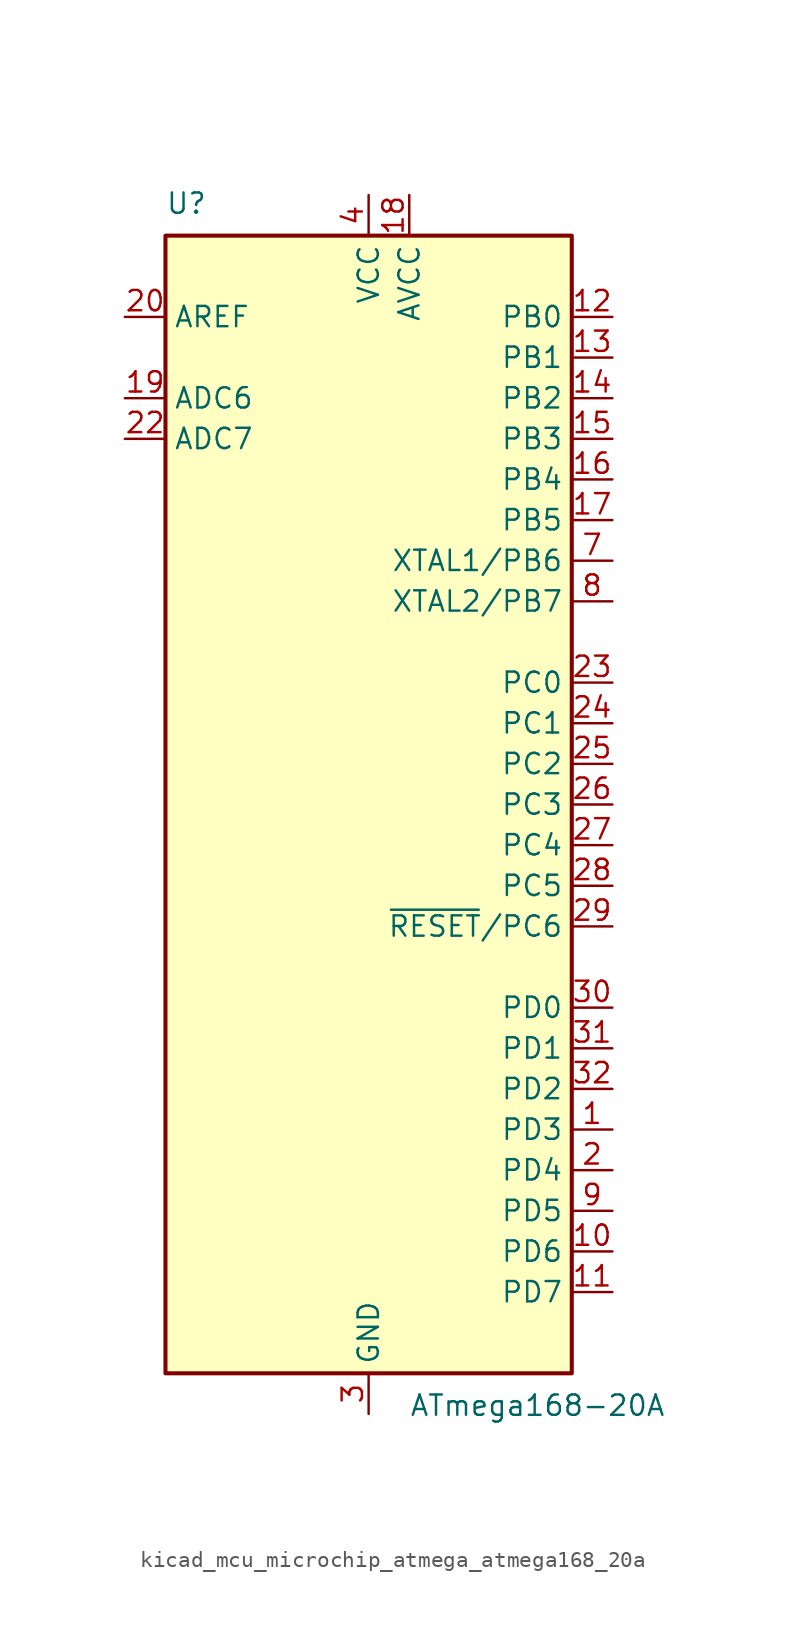
<source format=kicad_sym>
(kicad_symbol_lib
  (version 20220914)
  (generator kicad_symbol_editor)
  (symbol "kicad_mcu_microchip_atmega_atmega168_20a"
    (property "Reference" "U"
      (at -12.7 36.83 0)
      (effects (font (size 1.27 1.27)) (justify left bottom)))
    (property "Value" "ATmega168-20A"
      (at 2.54 -36.83 0)
      (effects (font (size 1.27 1.27)) (justify left top)))
    (symbol "kicad_mcu_microchip_atmega_atmega168_20a_0_1"
      (rectangle (start -12.7 -35.56) (end 12.7 35.56) (stroke (width 0.254) (type default)) (fill (type background))))
    (symbol "kicad_mcu_microchip_atmega_atmega168_20a_1_1"
      (pin bidirectional line (at 15.24 -20.32 180) (length 2.54) (name "PD3" (effects (font (size 1.27 1.27)))) (number "1" (effects (font (size 1.27 1.27)))))
      (pin bidirectional line (at 15.24 -27.94 180) (length 2.54) (name "PD6" (effects (font (size 1.27 1.27)))) (number "10" (effects (font (size 1.27 1.27)))))
      (pin bidirectional line (at 15.24 -30.48 180) (length 2.54) (name "PD7" (effects (font (size 1.27 1.27)))) (number "11" (effects (font (size 1.27 1.27)))))
      (pin bidirectional line (at 15.24 30.48 180) (length 2.54) (name "PB0" (effects (font (size 1.27 1.27)))) (number "12" (effects (font (size 1.27 1.27)))))
      (pin bidirectional line (at 15.24 27.94 180) (length 2.54) (name "PB1" (effects (font (size 1.27 1.27)))) (number "13" (effects (font (size 1.27 1.27)))))
      (pin bidirectional line (at 15.24 25.4 180) (length 2.54) (name "PB2" (effects (font (size 1.27 1.27)))) (number "14" (effects (font (size 1.27 1.27)))))
      (pin bidirectional line (at 15.24 22.86 180) (length 2.54) (name "PB3" (effects (font (size 1.27 1.27)))) (number "15" (effects (font (size 1.27 1.27)))))
      (pin bidirectional line (at 15.24 20.32 180) (length 2.54) (name "PB4" (effects (font (size 1.27 1.27)))) (number "16" (effects (font (size 1.27 1.27)))))
      (pin bidirectional line (at 15.24 17.78 180) (length 2.54) (name "PB5" (effects (font (size 1.27 1.27)))) (number "17" (effects (font (size 1.27 1.27)))))
      (pin power_in line (at 2.54 38.1 270) (length 2.54) (name "AVCC" (effects (font (size 1.27 1.27)))) (number "18" (effects (font (size 1.27 1.27)))))
      (pin input line (at -15.24 25.4 0) (length 2.54) (name "ADC6" (effects (font (size 1.27 1.27)))) (number "19" (effects (font (size 1.27 1.27)))))
      (pin bidirectional line (at 15.24 -22.86 180) (length 2.54) (name "PD4" (effects (font (size 1.27 1.27)))) (number "2" (effects (font (size 1.27 1.27)))))
      (pin passive line (at -15.24 30.48 0) (length 2.54) (name "AREF" (effects (font (size 1.27 1.27)))) (number "20" (effects (font (size 1.27 1.27)))))
      (pin passive line (at 0 -38.1 90) (length 2.54) hide (name "GND" (effects (font (size 1.27 1.27)))) (number "21" (effects (font (size 1.27 1.27)))))
      (pin input line (at -15.24 22.86 0) (length 2.54) (name "ADC7" (effects (font (size 1.27 1.27)))) (number "22" (effects (font (size 1.27 1.27)))))
      (pin bidirectional line (at 15.24 7.62 180) (length 2.54) (name "PC0" (effects (font (size 1.27 1.27)))) (number "23" (effects (font (size 1.27 1.27)))))
      (pin bidirectional line (at 15.24 5.08 180) (length 2.54) (name "PC1" (effects (font (size 1.27 1.27)))) (number "24" (effects (font (size 1.27 1.27)))))
      (pin bidirectional line (at 15.24 2.54 180) (length 2.54) (name "PC2" (effects (font (size 1.27 1.27)))) (number "25" (effects (font (size 1.27 1.27)))))
      (pin bidirectional line (at 15.24 0 180) (length 2.54) (name "PC3" (effects (font (size 1.27 1.27)))) (number "26" (effects (font (size 1.27 1.27)))))
      (pin bidirectional line (at 15.24 -2.54 180) (length 2.54) (name "PC4" (effects (font (size 1.27 1.27)))) (number "27" (effects (font (size 1.27 1.27)))))
      (pin bidirectional line (at 15.24 -5.08 180) (length 2.54) (name "PC5" (effects (font (size 1.27 1.27)))) (number "28" (effects (font (size 1.27 1.27)))))
      (pin bidirectional line (at 15.24 -7.62 180) (length 2.54) (name "~{RESET}/PC6" (effects (font (size 1.27 1.27)))) (number "29" (effects (font (size 1.27 1.27)))))
      (pin power_in line (at 0 -38.1 90) (length 2.54) (name "GND" (effects (font (size 1.27 1.27)))) (number "3" (effects (font (size 1.27 1.27)))))
      (pin bidirectional line (at 15.24 -12.7 180) (length 2.54) (name "PD0" (effects (font (size 1.27 1.27)))) (number "30" (effects (font (size 1.27 1.27)))))
      (pin bidirectional line (at 15.24 -15.24 180) (length 2.54) (name "PD1" (effects (font (size 1.27 1.27)))) (number "31" (effects (font (size 1.27 1.27)))))
      (pin bidirectional line (at 15.24 -17.78 180) (length 2.54) (name "PD2" (effects (font (size 1.27 1.27)))) (number "32" (effects (font (size 1.27 1.27)))))
      (pin power_in line (at 0 38.1 270) (length 2.54) (name "VCC" (effects (font (size 1.27 1.27)))) (number "4" (effects (font (size 1.27 1.27)))))
      (pin passive line (at 0 -38.1 90) (length 2.54) hide (name "GND" (effects (font (size 1.27 1.27)))) (number "5" (effects (font (size 1.27 1.27)))))
      (pin passive line (at 0 38.1 270) (length 2.54) hide (name "VCC" (effects (font (size 1.27 1.27)))) (number "6" (effects (font (size 1.27 1.27)))))
      (pin bidirectional line (at 15.24 15.24 180) (length 2.54) (name "XTAL1/PB6" (effects (font (size 1.27 1.27)))) (number "7" (effects (font (size 1.27 1.27)))))
      (pin bidirectional line (at 15.24 12.7 180) (length 2.54) (name "XTAL2/PB7" (effects (font (size 1.27 1.27)))) (number "8" (effects (font (size 1.27 1.27)))))
      (pin bidirectional line (at 15.24 -25.4 180) (length 2.54) (name "PD5" (effects (font (size 1.27 1.27)))) (number "9" (effects (font (size 1.27 1.27))))))))
</source>
